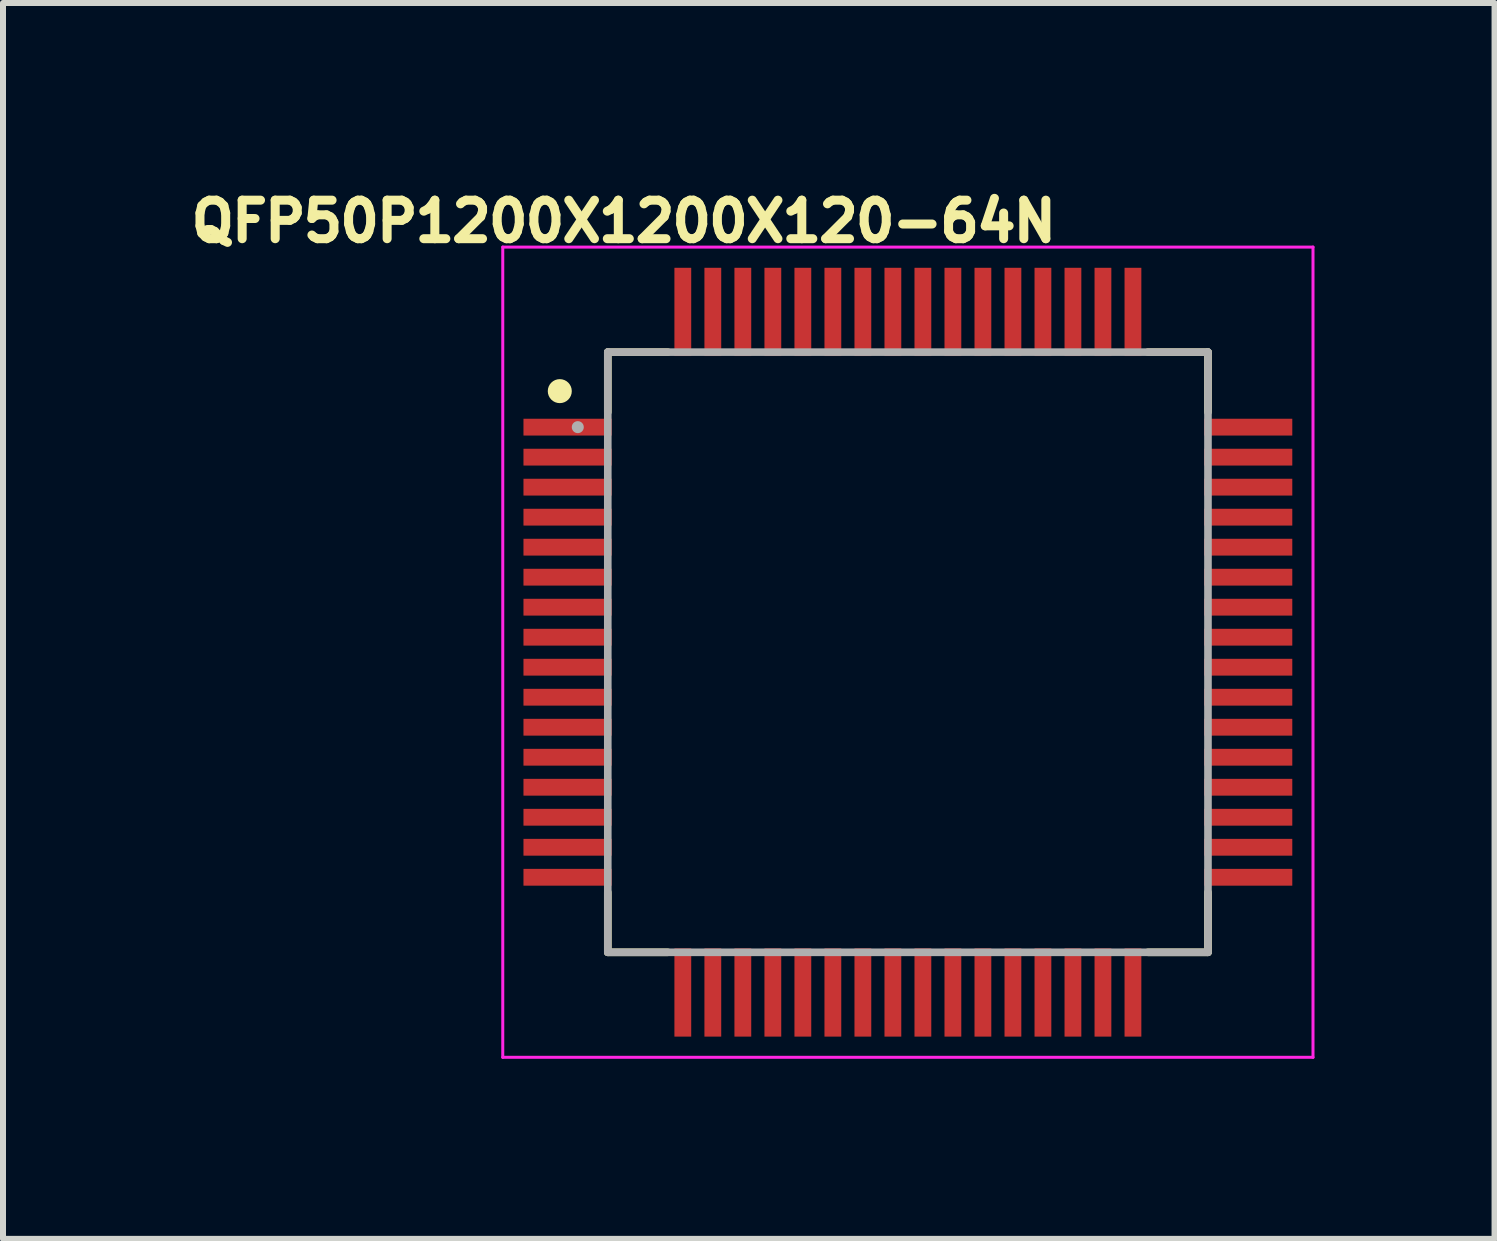
<source format=kicad_pcb>
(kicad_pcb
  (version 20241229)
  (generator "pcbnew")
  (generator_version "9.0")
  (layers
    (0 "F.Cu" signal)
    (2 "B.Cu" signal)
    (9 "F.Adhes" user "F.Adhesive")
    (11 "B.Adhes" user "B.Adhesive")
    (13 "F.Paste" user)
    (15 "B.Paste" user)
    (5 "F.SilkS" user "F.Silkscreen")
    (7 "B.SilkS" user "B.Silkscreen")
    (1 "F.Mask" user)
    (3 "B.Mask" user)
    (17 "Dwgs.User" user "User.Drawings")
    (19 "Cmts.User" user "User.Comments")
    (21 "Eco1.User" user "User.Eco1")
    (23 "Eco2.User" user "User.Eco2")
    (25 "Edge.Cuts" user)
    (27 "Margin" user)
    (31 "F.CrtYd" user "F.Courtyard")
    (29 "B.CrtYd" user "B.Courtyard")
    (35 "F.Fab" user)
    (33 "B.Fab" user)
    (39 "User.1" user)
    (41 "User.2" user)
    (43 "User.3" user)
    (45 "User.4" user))
  (footprint "QFP50P1200X1200X120-64N"
    (layer "F.Cu")
    (at 12.077 7.817)
    (property "Reference" "QFP50P1200X1200X120-64N" (at -4.733 -7.179 0) (layer "F.SilkS") (effects (font (size 0.642 0.642) (thickness 0.15))))
    (attr smd)
    (fp_line (start -5 -5) (end -5 -4) (stroke (width 0.127) (type solid)) (layer "F.SilkS"))
    (fp_line (start -5 4) (end -5 5) (stroke (width 0.127) (type solid)) (layer "F.SilkS"))
    (fp_line (start -5 5) (end -4 5) (stroke (width 0.127) (type solid)) (layer "F.SilkS"))
    (fp_line (start -4 -5) (end -5 -5) (stroke (width 0.127) (type solid)) (layer "F.SilkS"))
    (fp_line (start 4 -5) (end 5 -5) (stroke (width 0.127) (type solid)) (layer "F.SilkS"))
    (fp_line (start 5 -5) (end 5 -4) (stroke (width 0.127) (type solid)) (layer "F.SilkS"))
    (fp_line (start 5 4) (end 5 5) (stroke (width 0.127) (type solid)) (layer "F.SilkS"))
    (fp_line (start 5 5) (end 4 5) (stroke (width 0.127) (type solid)) (layer "F.SilkS"))
    (fp_circle (center -5.8 -4.35) (end -5.7 -4.35) (stroke (width 0.2) (type solid)) (fill no) (layer "F.SilkS"))
    (fp_line (start -6.75 -6.75) (end -6.75 6.75) (stroke (width 0.05) (type solid)) (layer "F.CrtYd"))
    (fp_line (start -6.75 6.75) (end 6.75 6.75) (stroke (width 0.05) (type solid)) (layer "F.CrtYd"))
    (fp_line (start 6.75 -6.75) (end -6.75 -6.75) (stroke (width 0.05) (type solid)) (layer "F.CrtYd"))
    (fp_line (start 6.75 6.75) (end 6.75 -6.75) (stroke (width 0.05) (type solid)) (layer "F.CrtYd"))
    (fp_line (start -5 -5) (end 5 -5) (stroke (width 0.127) (type solid)) (layer "F.Fab"))
    (fp_line (start -5 5) (end -5 -5) (stroke (width 0.127) (type solid)) (layer "F.Fab"))
    (fp_line (start 5 -5) (end 5 5) (stroke (width 0.127) (type solid)) (layer "F.Fab"))
    (fp_line (start 5 5) (end -5 5) (stroke (width 0.127) (type solid)) (layer "F.Fab"))
    (fp_circle (center -5.5 -3.75) (end -5.4 -3.75) (stroke (width 0) (type solid)) (fill yes) (layer "F.Fab"))
    (pad "1" smd rect (at -5.67 -3.75 90) (size 0.28 1.47) (layers "F.Cu" "F.Mask" "F.Paste"))
    (pad "2" smd rect (at -5.67 -3.25 90) (size 0.28 1.47) (layers "F.Cu" "F.Mask" "F.Paste"))
    (pad "3" smd rect (at -5.67 -2.75 90) (size 0.28 1.47) (layers "F.Cu" "F.Mask" "F.Paste"))
    (pad "4" smd rect (at -5.67 -2.25 90) (size 0.28 1.47) (layers "F.Cu" "F.Mask" "F.Paste"))
    (pad "5" smd rect (at -5.67 -1.75 90) (size 0.28 1.47) (layers "F.Cu" "F.Mask" "F.Paste"))
    (pad "6" smd rect (at -5.67 -1.25 90) (size 0.28 1.47) (layers "F.Cu" "F.Mask" "F.Paste"))
    (pad "7" smd rect (at -5.67 -0.75 90) (size 0.28 1.47) (layers "F.Cu" "F.Mask" "F.Paste"))
    (pad "8" smd rect (at -5.67 -0.25 90) (size 0.28 1.47) (layers "F.Cu" "F.Mask" "F.Paste"))
    (pad "9" smd rect (at -5.67 0.25 90) (size 0.28 1.47) (layers "F.Cu" "F.Mask" "F.Paste"))
    (pad "10" smd rect (at -5.67 0.75 90) (size 0.28 1.47) (layers "F.Cu" "F.Mask" "F.Paste"))
    (pad "11" smd rect (at -5.67 1.25 90) (size 0.28 1.47) (layers "F.Cu" "F.Mask" "F.Paste"))
    (pad "12" smd rect (at -5.67 1.75 90) (size 0.28 1.47) (layers "F.Cu" "F.Mask" "F.Paste"))
    (pad "13" smd rect (at -5.67 2.25 90) (size 0.28 1.47) (layers "F.Cu" "F.Mask" "F.Paste"))
    (pad "14" smd rect (at -5.67 2.75 90) (size 0.28 1.47) (layers "F.Cu" "F.Mask" "F.Paste"))
    (pad "15" smd rect (at -5.67 3.25 90) (size 0.28 1.47) (layers "F.Cu" "F.Mask" "F.Paste"))
    (pad "16" smd rect (at -5.67 3.75 90) (size 0.28 1.47) (layers "F.Cu" "F.Mask" "F.Paste"))
    (pad "17" smd rect (at -3.75 5.67 180) (size 0.28 1.47) (layers "F.Cu" "F.Mask" "F.Paste"))
    (pad "18" smd rect (at -3.25 5.67 180) (size 0.28 1.47) (layers "F.Cu" "F.Mask" "F.Paste"))
    (pad "19" smd rect (at -2.75 5.67 180) (size 0.28 1.47) (layers "F.Cu" "F.Mask" "F.Paste"))
    (pad "20" smd rect (at -2.25 5.67 180) (size 0.28 1.47) (layers "F.Cu" "F.Mask" "F.Paste"))
    (pad "21" smd rect (at -1.75 5.67 180) (size 0.28 1.47) (layers "F.Cu" "F.Mask" "F.Paste"))
    (pad "22" smd rect (at -1.25 5.67 180) (size 0.28 1.47) (layers "F.Cu" "F.Mask" "F.Paste"))
    (pad "23" smd rect (at -0.75 5.67 180) (size 0.28 1.47) (layers "F.Cu" "F.Mask" "F.Paste"))
    (pad "24" smd rect (at -0.25 5.67 180) (size 0.28 1.47) (layers "F.Cu" "F.Mask" "F.Paste"))
    (pad "25" smd rect (at 0.25 5.67 180) (size 0.28 1.47) (layers "F.Cu" "F.Mask" "F.Paste"))
    (pad "26" smd rect (at 0.75 5.67 180) (size 0.28 1.47) (layers "F.Cu" "F.Mask" "F.Paste"))
    (pad "27" smd rect (at 1.25 5.67 180) (size 0.28 1.47) (layers "F.Cu" "F.Mask" "F.Paste"))
    (pad "28" smd rect (at 1.75 5.67 180) (size 0.28 1.47) (layers "F.Cu" "F.Mask" "F.Paste"))
    (pad "29" smd rect (at 2.25 5.67 180) (size 0.28 1.47) (layers "F.Cu" "F.Mask" "F.Paste"))
    (pad "30" smd rect (at 2.75 5.67 180) (size 0.28 1.47) (layers "F.Cu" "F.Mask" "F.Paste"))
    (pad "31" smd rect (at 3.25 5.67 180) (size 0.28 1.47) (layers "F.Cu" "F.Mask" "F.Paste"))
    (pad "32" smd rect (at 3.75 5.67 180) (size 0.28 1.47) (layers "F.Cu" "F.Mask" "F.Paste"))
    (pad "33" smd rect (at 5.67 3.75 90) (size 0.28 1.47) (layers "F.Cu" "F.Mask" "F.Paste"))
    (pad "34" smd rect (at 5.67 3.25 90) (size 0.28 1.47) (layers "F.Cu" "F.Mask" "F.Paste"))
    (pad "35" smd rect (at 5.67 2.75 90) (size 0.28 1.47) (layers "F.Cu" "F.Mask" "F.Paste"))
    (pad "36" smd rect (at 5.67 2.25 90) (size 0.28 1.47) (layers "F.Cu" "F.Mask" "F.Paste"))
    (pad "37" smd rect (at 5.67 1.75 90) (size 0.28 1.47) (layers "F.Cu" "F.Mask" "F.Paste"))
    (pad "38" smd rect (at 5.67 1.25 90) (size 0.28 1.47) (layers "F.Cu" "F.Mask" "F.Paste"))
    (pad "39" smd rect (at 5.67 0.75 90) (size 0.28 1.47) (layers "F.Cu" "F.Mask" "F.Paste"))
    (pad "40" smd rect (at 5.67 0.25 90) (size 0.28 1.47) (layers "F.Cu" "F.Mask" "F.Paste"))
    (pad "41" smd rect (at 5.67 -0.25 90) (size 0.28 1.47) (layers "F.Cu" "F.Mask" "F.Paste"))
    (pad "42" smd rect (at 5.67 -0.75 90) (size 0.28 1.47) (layers "F.Cu" "F.Mask" "F.Paste"))
    (pad "43" smd rect (at 5.67 -1.25 90) (size 0.28 1.47) (layers "F.Cu" "F.Mask" "F.Paste"))
    (pad "44" smd rect (at 5.67 -1.75 90) (size 0.28 1.47) (layers "F.Cu" "F.Mask" "F.Paste"))
    (pad "45" smd rect (at 5.67 -2.25 90) (size 0.28 1.47) (layers "F.Cu" "F.Mask" "F.Paste"))
    (pad "46" smd rect (at 5.67 -2.75 90) (size 0.28 1.47) (layers "F.Cu" "F.Mask" "F.Paste"))
    (pad "47" smd rect (at 5.67 -3.25 90) (size 0.28 1.47) (layers "F.Cu" "F.Mask" "F.Paste"))
    (pad "48" smd rect (at 5.67 -3.75 90) (size 0.28 1.47) (layers "F.Cu" "F.Mask" "F.Paste"))
    (pad "49" smd rect (at 3.75 -5.67 180) (size 0.28 1.47) (layers "F.Cu" "F.Mask" "F.Paste"))
    (pad "50" smd rect (at 3.25 -5.67 180) (size 0.28 1.47) (layers "F.Cu" "F.Mask" "F.Paste"))
    (pad "51" smd rect (at 2.75 -5.67 180) (size 0.28 1.47) (layers "F.Cu" "F.Mask" "F.Paste"))
    (pad "52" smd rect (at 2.25 -5.67 180) (size 0.28 1.47) (layers "F.Cu" "F.Mask" "F.Paste"))
    (pad "53" smd rect (at 1.75 -5.67 180) (size 0.28 1.47) (layers "F.Cu" "F.Mask" "F.Paste"))
    (pad "54" smd rect (at 1.25 -5.67 180) (size 0.28 1.47) (layers "F.Cu" "F.Mask" "F.Paste"))
    (pad "55" smd rect (at 0.75 -5.67 180) (size 0.28 1.47) (layers "F.Cu" "F.Mask" "F.Paste"))
    (pad "56" smd rect (at 0.25 -5.67 180) (size 0.28 1.47) (layers "F.Cu" "F.Mask" "F.Paste"))
    (pad "57" smd rect (at -0.25 -5.67 180) (size 0.28 1.47) (layers "F.Cu" "F.Mask" "F.Paste"))
    (pad "58" smd rect (at -0.75 -5.67 180) (size 0.28 1.47) (layers "F.Cu" "F.Mask" "F.Paste"))
    (pad "59" smd rect (at -1.25 -5.67 180) (size 0.28 1.47) (layers "F.Cu" "F.Mask" "F.Paste"))
    (pad "60" smd rect (at -1.75 -5.67 180) (size 0.28 1.47) (layers "F.Cu" "F.Mask" "F.Paste"))
    (pad "61" smd rect (at -2.25 -5.67 180) (size 0.28 1.47) (layers "F.Cu" "F.Mask" "F.Paste"))
    (pad "62" smd rect (at -2.75 -5.67 180) (size 0.28 1.47) (layers "F.Cu" "F.Mask" "F.Paste"))
    (pad "63" smd rect (at -3.25 -5.67 180) (size 0.28 1.47) (layers "F.Cu" "F.Mask" "F.Paste"))
    (pad "64" smd rect (at -3.75 -5.67 180) (size 0.28 1.47) (layers "F.Cu" "F.Mask" "F.Paste")))
  (gr_rect
    (start -3 -3)
    (end 21.852 17.592)
    (stroke (width 0.1) (type default))
    (fill no)
    (layer "Edge.Cuts")))
</source>
